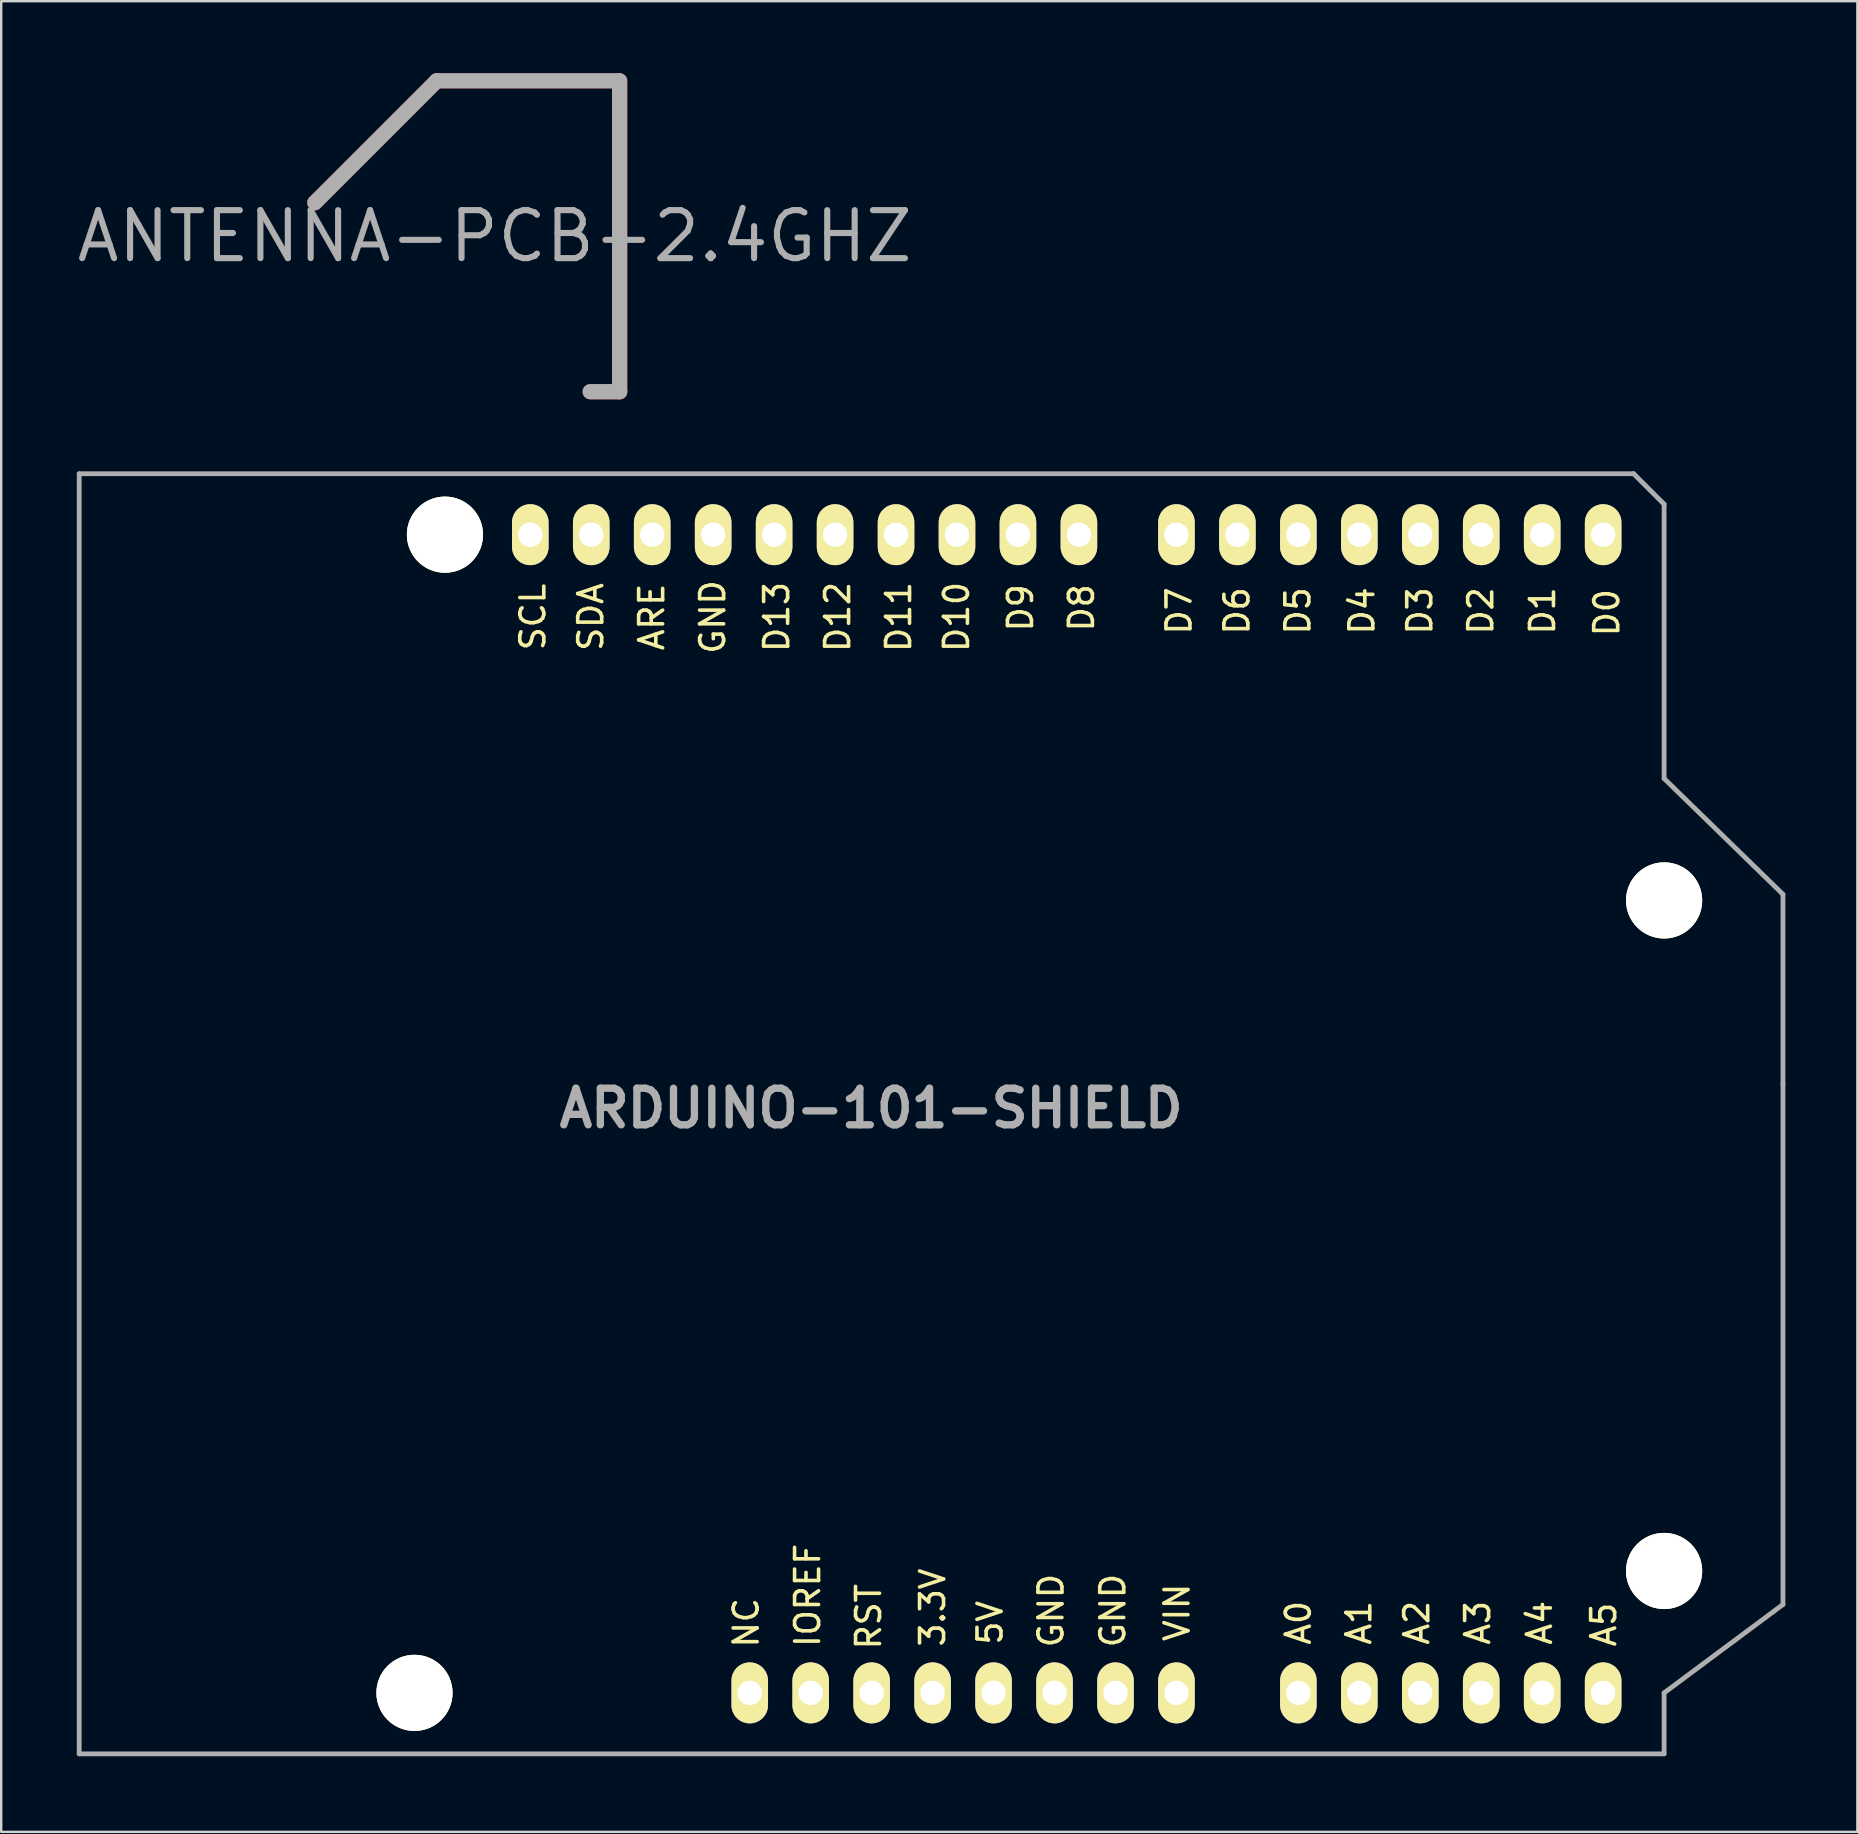
<source format=kicad_pcb>
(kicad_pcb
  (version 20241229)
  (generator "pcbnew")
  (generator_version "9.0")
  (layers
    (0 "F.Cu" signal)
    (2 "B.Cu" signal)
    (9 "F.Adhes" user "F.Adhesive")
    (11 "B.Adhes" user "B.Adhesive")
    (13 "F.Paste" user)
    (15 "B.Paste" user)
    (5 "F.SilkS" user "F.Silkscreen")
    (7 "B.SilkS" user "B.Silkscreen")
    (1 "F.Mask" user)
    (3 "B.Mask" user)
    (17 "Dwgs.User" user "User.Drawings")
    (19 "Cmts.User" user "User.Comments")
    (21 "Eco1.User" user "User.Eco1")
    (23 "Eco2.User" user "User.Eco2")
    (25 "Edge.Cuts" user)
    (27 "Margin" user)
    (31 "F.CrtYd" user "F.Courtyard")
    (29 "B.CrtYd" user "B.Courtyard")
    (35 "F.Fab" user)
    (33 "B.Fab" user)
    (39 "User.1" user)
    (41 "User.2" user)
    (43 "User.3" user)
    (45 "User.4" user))
  (footprint "ARDUINO-101-SHIELD"
    (layer "F.Cu")
    (at 0.25 70.029)
    (property "Reference" "ARDUINO-101-SHIELD" (at 33 -26.9 0) (layer "F.Fab") (effects (font (size 1.524 1.524) (thickness 0.305))))
    (attr through_hole)
    (fp_line (start 0 0) (end 0 -53.34) (stroke (width 0.2) (type solid)) (layer "F.Fab"))
    (fp_line (start 0 0) (end 66.04 0) (stroke (width 0.2) (type solid)) (layer "F.Fab"))
    (fp_line (start 64.77 -53.34) (end 0 -53.34) (stroke (width 0.2) (type solid)) (layer "F.Fab"))
    (fp_line (start 66.04 -52.07) (end 64.77 -53.34) (stroke (width 0.2) (type solid)) (layer "F.Fab"))
    (fp_line (start 66.04 -40.64) (end 66.04 -52.07) (stroke (width 0.2) (type solid)) (layer "F.Fab"))
    (fp_line (start 66.04 -40.64) (end 70.993 -35.814) (stroke (width 0.2) (type solid)) (layer "F.Fab"))
    (fp_line (start 66.04 -2.54) (end 66.04 0) (stroke (width 0.2) (type solid)) (layer "F.Fab"))
    (fp_line (start 66.04 -2.54) (end 70.993 -6.223) (stroke (width 0.2) (type solid)) (layer "F.Fab"))
    (fp_line (start 70.993 -35.814) (end 70.993 -27.94) (stroke (width 0.2) (type solid)) (layer "F.Fab"))
    (fp_line (start 70.993 -27.94) (end 70.993 -6.223) (stroke (width 0.2) (type solid)) (layer "F.Fab"))
    (fp_text user "D0" (at 63.65 -47.55 90) (layer "F.SilkS") (effects (font (size 1 1) (thickness 0.15))))
    (fp_text user "A1" (at 53.32 -5.461 90) (layer "F.SilkS") (effects (font (size 1 1) (thickness 0.15))))
    (fp_text user "D7" (at 45.827 -47.625 90) (layer "F.SilkS") (effects (font (size 1 1) (thickness 0.15))))
    (fp_text user "D2" (at 58.4 -47.625 90) (layer "F.SilkS") (effects (font (size 1 1) (thickness 0.15))))
    (fp_text user "D10" (at 36.556 -47.371 90) (layer "F.SilkS") (effects (font (size 1 1) (thickness 0.15))))
    (fp_text user "3.3V" (at 35.56 -6.096 90) (layer "F.SilkS") (effects (font (size 1 1) (thickness 0.15))))
    (fp_text user "A5" (at 63.523 -5.386 90) (layer "F.SilkS") (effects (font (size 1 1) (thickness 0.15))))
    (fp_text user "ARE" (at 23.856 -47.371 90) (layer "F.SilkS") (effects (font (size 1 1) (thickness 0.15))))
    (fp_text user "A3" (at 58.273 -5.461 90) (layer "F.SilkS") (effects (font (size 1 1) (thickness 0.15))))
    (fp_text user "NC" (at 27.793 -5.461 90) (layer "F.SilkS") (effects (font (size 1 1) (thickness 0.15))))
    (fp_text user "GND" (at 40.493 -5.969 90) (layer "F.SilkS") (effects (font (size 1 1) (thickness 0.15))))
    (fp_text user "SDA" (at 21.316 -47.371 90) (layer "F.SilkS") (effects (font (size 1 1) (thickness 0.15))))
    (fp_text user "D11" (at 34.143 -47.371 90) (layer "F.SilkS") (effects (font (size 1 1) (thickness 0.15))))
    (fp_text user "RST" (at 32.893 -5.715 90) (layer "F.SilkS") (effects (font (size 1 1) (thickness 0.15))))
    (fp_text user "D3" (at 55.86 -47.625 90) (layer "F.SilkS") (effects (font (size 1 1) (thickness 0.15))))
    (fp_text user "D4" (at 53.447 -47.625 90) (layer "F.SilkS") (effects (font (size 1 1) (thickness 0.15))))
    (fp_text user "GND" (at 43.068 -5.969 90) (layer "F.SilkS") (effects (font (size 1 1) (thickness 0.15))))
    (fp_text user "D5" (at 50.78 -47.625 90) (layer "F.SilkS") (effects (font (size 1 1) (thickness 0.15))))
    (fp_text user "A0" (at 50.8 -5.461 90) (layer "F.SilkS") (effects (font (size 1 1) (thickness 0.15))))
    (fp_text user "D6" (at 48.24 -47.625 90) (layer "F.SilkS") (effects (font (size 1 1) (thickness 0.15))))
    (fp_text user "D12" (at 31.603 -47.371 90) (layer "F.SilkS") (effects (font (size 1 1) (thickness 0.15))))
    (fp_text user "A4" (at 60.848 -5.461 90) (layer "F.SilkS") (effects (font (size 1 1) (thickness 0.15))))
    (fp_text user "D9" (at 39.223 -47.752 90) (layer "F.SilkS") (effects (font (size 1 1) (thickness 0.15))))
    (fp_text user "GND" (at 26.396 -47.371 90) (layer "F.SilkS") (effects (font (size 1 1) (thickness 0.15))))
    (fp_text user "VIN" (at 45.743 -5.894 90) (layer "F.SilkS") (effects (font (size 1 1) (thickness 0.15))))
    (fp_text user "D8" (at 41.763 -47.752 90) (layer "F.SilkS") (effects (font (size 1 1) (thickness 0.15))))
    (fp_text user "SCL" (at 18.903 -47.371 90) (layer "F.SilkS") (effects (font (size 1 1) (thickness 0.15))))
    (fp_text user "5V" (at 37.953 -5.461 90) (layer "F.SilkS") (effects (font (size 1 1) (thickness 0.15))))
    (fp_text user "IOREF" (at 30.353 -6.604 90) (layer "F.SilkS") (effects (font (size 1 1) (thickness 0.15))))
    (fp_text user "A2" (at 55.733 -5.461 90) (layer "F.SilkS") (effects (font (size 1 1) (thickness 0.15))))
    (fp_text user "D13" (at 29.063 -47.371 90) (layer "F.SilkS") (effects (font (size 1 1) (thickness 0.15))))
    (fp_text user "D1" (at 60.975 -47.625 90) (layer "F.SilkS") (effects (font (size 1 1) (thickness 0.15))))
    (pad "" np_thru_hole circle (at 13.97 -2.54 90) (size 3.175 3.175) (drill 3.175) (layers "*.Cu" "*.Mask" "F.SilkS"))
    (pad "" np_thru_hole circle (at 15.24 -50.8 90) (size 3.175 3.175) (drill 3.175) (layers "*.Cu" "*.Mask" "F.SilkS"))
    (pad "" np_thru_hole circle (at 66.04 -35.56 90) (size 3.175 3.175) (drill 3.175) (layers "*.Cu" "*.Mask" "F.SilkS"))
    (pad "" np_thru_hole circle (at 66.04 -7.62 90) (size 3.175 3.175) (drill 3.175) (layers "*.Cu" "*.Mask" "F.SilkS"))
    (pad "3V3" thru_hole oval (at 35.56 -2.54 90) (size 2.54 1.524) (drill 1.016) (layers "*.Cu" "*.Mask" "F.SilkS"))
    (pad "5V" thru_hole oval (at 38.1 -2.54 90) (size 2.54 1.524) (drill 1.016) (layers "*.Cu" "*.Mask" "F.SilkS"))
    (pad "A0" thru_hole oval (at 50.8 -2.54 90) (size 2.54 1.524) (drill 1.016) (layers "*.Cu" "*.Mask" "F.SilkS"))
    (pad "A1" thru_hole oval (at 53.34 -2.54 90) (size 2.54 1.524) (drill 1.016) (layers "*.Cu" "*.Mask" "F.SilkS"))
    (pad "A2" thru_hole oval (at 55.88 -2.54 90) (size 2.54 1.524) (drill 1.016) (layers "*.Cu" "*.Mask" "F.SilkS"))
    (pad "A3" thru_hole oval (at 58.42 -2.54 90) (size 2.54 1.524) (drill 1.016) (layers "*.Cu" "*.Mask" "F.SilkS"))
    (pad "A4" thru_hole oval (at 60.96 -2.54 90) (size 2.54 1.524) (drill 1.016) (layers "*.Cu" "*.Mask" "F.SilkS"))
    (pad "A5" thru_hole oval (at 63.5 -2.54 90) (size 2.54 1.524) (drill 1.016) (layers "*.Cu" "*.Mask" "F.SilkS"))
    (pad "AREF" thru_hole oval (at 23.876 -50.8 90) (size 2.54 1.524) (drill 1.016) (layers "*.Cu" "*.Mask" "F.SilkS"))
    (pad "D0" thru_hole oval (at 63.5 -50.8 90) (size 2.54 1.524) (drill 1.016) (layers "*.Cu" "*.Mask" "F.SilkS"))
    (pad "D1" thru_hole oval (at 60.96 -50.8 90) (size 2.54 1.524) (drill 1.016) (layers "*.Cu" "*.Mask" "F.SilkS"))
    (pad "D2" thru_hole oval (at 58.42 -50.8 90) (size 2.54 1.524) (drill 1.016) (layers "*.Cu" "*.Mask" "F.SilkS"))
    (pad "D3" thru_hole oval (at 55.88 -50.8 90) (size 2.54 1.524) (drill 1.016) (layers "*.Cu" "*.Mask" "F.SilkS"))
    (pad "D4" thru_hole oval (at 53.34 -50.8 90) (size 2.54 1.524) (drill 1.016) (layers "*.Cu" "*.Mask" "F.SilkS"))
    (pad "D5" thru_hole oval (at 50.8 -50.8 90) (size 2.54 1.524) (drill 1.016) (layers "*.Cu" "*.Mask" "F.SilkS"))
    (pad "D6" thru_hole oval (at 48.26 -50.8 90) (size 2.54 1.524) (drill 1.016) (layers "*.Cu" "*.Mask" "F.SilkS"))
    (pad "D7" thru_hole oval (at 45.72 -50.8 90) (size 2.54 1.524) (drill 1.016) (layers "*.Cu" "*.Mask" "F.SilkS"))
    (pad "D8" thru_hole oval (at 41.656 -50.8 90) (size 2.54 1.524) (drill 1.016) (layers "*.Cu" "*.Mask" "F.SilkS"))
    (pad "D9" thru_hole oval (at 39.116 -50.8 90) (size 2.54 1.524) (drill 1.016) (layers "*.Cu" "*.Mask" "F.SilkS"))
    (pad "D10" thru_hole oval (at 36.576 -50.8 90) (size 2.54 1.524) (drill 1.016) (layers "*.Cu" "*.Mask" "F.SilkS"))
    (pad "D11" thru_hole oval (at 34.036 -50.8 90) (size 2.54 1.524) (drill 1.016) (layers "*.Cu" "*.Mask" "F.SilkS"))
    (pad "D12" thru_hole oval (at 31.496 -50.8 90) (size 2.54 1.524) (drill 1.016) (layers "*.Cu" "*.Mask" "F.SilkS"))
    (pad "D13" thru_hole oval (at 28.956 -50.8 90) (size 2.54 1.524) (drill 1.016) (layers "*.Cu" "*.Mask" "F.SilkS"))
    (pad "GND1" thru_hole oval (at 40.64 -2.54 90) (size 2.54 1.524) (drill 1.016) (layers "*.Cu" "*.Mask" "F.SilkS"))
    (pad "GND2" thru_hole oval (at 43.18 -2.54 90) (size 2.54 1.524) (drill 1.016) (layers "*.Cu" "*.Mask" "F.SilkS"))
    (pad "GND3" thru_hole oval (at 26.416 -50.8 90) (size 2.54 1.524) (drill 1.016) (layers "*.Cu" "*.Mask" "F.SilkS"))
    (pad "IO" thru_hole oval (at 30.48 -2.54 90) (size 2.54 1.524) (drill 1.016) (layers "*.Cu" "*.Mask" "F.SilkS"))
    (pad "NC" thru_hole oval (at 27.94 -2.54 90) (size 2.54 1.524) (drill 1.016) (layers "*.Cu" "*.Mask" "F.SilkS"))
    (pad "RST" thru_hole oval (at 33.02 -2.54 90) (size 2.54 1.524) (drill 1.016) (layers "*.Cu" "*.Mask" "F.SilkS"))
    (pad "SCL" thru_hole oval (at 18.796 -50.8 90) (size 2.54 1.524) (drill 1.016) (layers "*.Cu" "*.Mask" "F.SilkS"))
    (pad "SDA" thru_hole oval (at 21.336 -50.8 90) (size 2.54 1.524) (drill 1.016) (layers "*.Cu" "*.Mask" "F.SilkS"))
    (pad "VIN" thru_hole oval (at 45.72 -2.54 90) (size 2.54 1.524) (drill 1.016) (layers "*.Cu" "*.Mask" "F.SilkS")))
  (footprint "ANTENNA-PCB-2.4GHZ"
    (layer "F.Cu")
    (at 10.069 5.397)
    (property "Reference" "ANTENNA-PCB-2.4GHZ" (at 7.493 1.397 0) (layer "F.Fab") (effects (font (size 2 2) (thickness 0.254))))
    (attr through_hole)
    (fp_line (start 5.08 -5.08) (end 0 0) (stroke (width 0.635) (type solid)) (layer "F.Cu"))
    (fp_line (start 11.473 7.874) (end 12.7 7.874) (stroke (width 0.635) (type solid)) (layer "F.Cu"))
    (fp_line (start 12.649 -5.08) (end 5.08 -5.08) (stroke (width 0.635) (type solid)) (layer "F.Cu"))
    (fp_line (start 12.7 7.874) (end 12.7 -5.08) (stroke (width 0.635) (type solid)) (layer "F.Cu"))
    (fp_line (start 5.08 -5.08) (end 0 0) (stroke (width 0.635) (type solid)) (layer "F.Mask"))
    (fp_line (start 11.473 7.874) (end 12.7 7.874) (stroke (width 0.635) (type solid)) (layer "F.Mask"))
    (fp_line (start 12.649 -5.08) (end 5.08 -5.08) (stroke (width 0.635) (type solid)) (layer "F.Mask"))
    (fp_line (start 12.7 7.874) (end 12.7 -5.08) (stroke (width 0.635) (type solid)) (layer "F.Mask"))
    (fp_line (start 5.08 -5.08) (end 0 0) (stroke (width 0.635) (type solid)) (layer "F.Fab"))
    (fp_line (start 11.473 7.874) (end 12.7 7.874) (stroke (width 0.635) (type solid)) (layer "F.Fab"))
    (fp_line (start 12.649 -5.08) (end 5.08 -5.08) (stroke (width 0.635) (type solid)) (layer "F.Fab"))
    (fp_line (start 12.7 7.874) (end 12.7 -5.08) (stroke (width 0.635) (type solid)) (layer "F.Fab"))
    (pad "GND" smd circle (at 0 0) (size 0.635 0.635) (layers "F.Cu")))
  (gr_rect
    (start -3 -3)
    (end 74.343 73.279)
    (stroke (width 0.1) (type default))
    (fill no)
    (layer "Edge.Cuts")))
</source>
